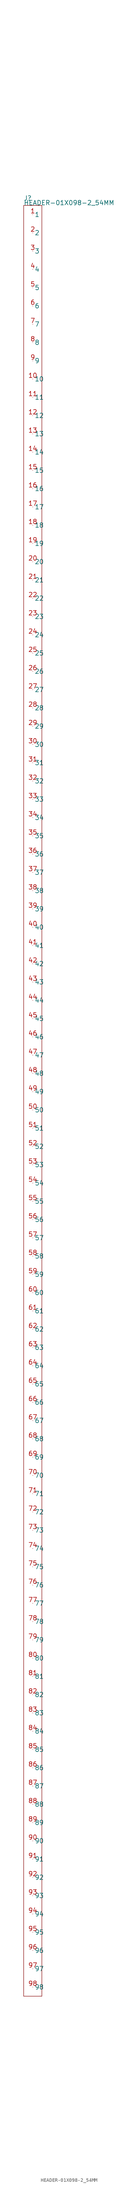
<source format=kicad_sym>
(kicad_symbol_lib
  (version 20211014)
  (generator kicad_symbol_editor)
  (symbol "HEADER-01X098-2_54MM"
    (pin_names)
    (property "Reference" "J"
      (at -2.54 250.19 0)
      (effects (font (size 1.27 1.27)) (justify left bottom)))
    (property "Value" "HEADER-01X098-2_54MM"
      (at -2.54 248.92 0)
      (effects (font (size 1.27 1.27)) (justify left bottom)))
    (property "Datasheet" ""
      (at 0 0 0))
    (property "ki_description" "Header 1x98  - Header Vertical 98POS 2.54MM Technical Specifications: Pitch: 0.1\" (2.54mm) "
      (at 0 0 0))
    (property "ki_fp_filters" "FlashPCB_Connectors:HEADER-THT-01X098-2_54MM FlashPCB_Connectors:HEADER-THT-LONG-01X098-2_54MM FlashPCB_Connectors:HEADER-THT-NOSILK-01X098-2_54MM FlashPCB_Connectors:HEADER-THT-LONG-NOSILK-01X098-2_54MM"
      (at 0 0 0))
    (symbol "HEADER-01X098-2_54MM_1_1"
      (polyline (pts (xy -2.54 248.92) (xy 2.54 248.92)) (stroke (width 0.127)) (fill (type none)))
      (polyline (pts (xy 2.54 248.92) (xy 2.54 -248.92)) (stroke (width 0.127)) (fill (type none)))
      (polyline (pts (xy 2.54 -248.92) (xy -2.54 -248.92)) (stroke (width 0.127)) (fill (type none)))
      (polyline (pts (xy -2.54 -248.92) (xy -2.54 248.92)) (stroke (width 0.127)) (fill (type none)))
      (pin bidirectional line (at 0 246.38 0) (length 0) (name "1" (effects (font (size 1.27 1.27)))) (number "1" (effects (font (size 1.27 1.27)))))
      (pin bidirectional line (at 0 241.3 0) (length 0) (name "2" (effects (font (size 1.27 1.27)))) (number "2" (effects (font (size 1.27 1.27)))))
      (pin bidirectional line (at 0 236.22 0) (length 0) (name "3" (effects (font (size 1.27 1.27)))) (number "3" (effects (font (size 1.27 1.27)))))
      (pin bidirectional line (at 0 231.14 0) (length 0) (name "4" (effects (font (size 1.27 1.27)))) (number "4" (effects (font (size 1.27 1.27)))))
      (pin bidirectional line (at 0 226.06 0) (length 0) (name "5" (effects (font (size 1.27 1.27)))) (number "5" (effects (font (size 1.27 1.27)))))
      (pin bidirectional line (at 0 220.98 0) (length 0) (name "6" (effects (font (size 1.27 1.27)))) (number "6" (effects (font (size 1.27 1.27)))))
      (pin bidirectional line (at 0 215.9 0) (length 0) (name "7" (effects (font (size 1.27 1.27)))) (number "7" (effects (font (size 1.27 1.27)))))
      (pin bidirectional line (at 0 210.82 0) (length 0) (name "8" (effects (font (size 1.27 1.27)))) (number "8" (effects (font (size 1.27 1.27)))))
      (pin bidirectional line (at 0 205.74 0) (length 0) (name "9" (effects (font (size 1.27 1.27)))) (number "9" (effects (font (size 1.27 1.27)))))
      (pin bidirectional line (at 0 200.66 0) (length 0) (name "10" (effects (font (size 1.27 1.27)))) (number "10" (effects (font (size 1.27 1.27)))))
      (pin bidirectional line (at 0 195.58 0) (length 0) (name "11" (effects (font (size 1.27 1.27)))) (number "11" (effects (font (size 1.27 1.27)))))
      (pin bidirectional line (at 0 190.5 0) (length 0) (name "12" (effects (font (size 1.27 1.27)))) (number "12" (effects (font (size 1.27 1.27)))))
      (pin bidirectional line (at 0 185.42 0) (length 0) (name "13" (effects (font (size 1.27 1.27)))) (number "13" (effects (font (size 1.27 1.27)))))
      (pin bidirectional line (at 0 180.34 0) (length 0) (name "14" (effects (font (size 1.27 1.27)))) (number "14" (effects (font (size 1.27 1.27)))))
      (pin bidirectional line (at 0 175.26 0) (length 0) (name "15" (effects (font (size 1.27 1.27)))) (number "15" (effects (font (size 1.27 1.27)))))
      (pin bidirectional line (at 0 170.18 0) (length 0) (name "16" (effects (font (size 1.27 1.27)))) (number "16" (effects (font (size 1.27 1.27)))))
      (pin bidirectional line (at 0 165.1 0) (length 0) (name "17" (effects (font (size 1.27 1.27)))) (number "17" (effects (font (size 1.27 1.27)))))
      (pin bidirectional line (at 0 160.02 0) (length 0) (name "18" (effects (font (size 1.27 1.27)))) (number "18" (effects (font (size 1.27 1.27)))))
      (pin bidirectional line (at 0 154.94 0) (length 0) (name "19" (effects (font (size 1.27 1.27)))) (number "19" (effects (font (size 1.27 1.27)))))
      (pin bidirectional line (at 0 149.86 0) (length 0) (name "20" (effects (font (size 1.27 1.27)))) (number "20" (effects (font (size 1.27 1.27)))))
      (pin bidirectional line (at 0 144.78 0) (length 0) (name "21" (effects (font (size 1.27 1.27)))) (number "21" (effects (font (size 1.27 1.27)))))
      (pin bidirectional line (at 0 139.7 0) (length 0) (name "22" (effects (font (size 1.27 1.27)))) (number "22" (effects (font (size 1.27 1.27)))))
      (pin bidirectional line (at 0 134.62 0) (length 0) (name "23" (effects (font (size 1.27 1.27)))) (number "23" (effects (font (size 1.27 1.27)))))
      (pin bidirectional line (at 0 129.54 0) (length 0) (name "24" (effects (font (size 1.27 1.27)))) (number "24" (effects (font (size 1.27 1.27)))))
      (pin bidirectional line (at 0 124.46 0) (length 0) (name "25" (effects (font (size 1.27 1.27)))) (number "25" (effects (font (size 1.27 1.27)))))
      (pin bidirectional line (at 0 119.38 0) (length 0) (name "26" (effects (font (size 1.27 1.27)))) (number "26" (effects (font (size 1.27 1.27)))))
      (pin bidirectional line (at 0 114.3 0) (length 0) (name "27" (effects (font (size 1.27 1.27)))) (number "27" (effects (font (size 1.27 1.27)))))
      (pin bidirectional line (at 0 109.22 0) (length 0) (name "28" (effects (font (size 1.27 1.27)))) (number "28" (effects (font (size 1.27 1.27)))))
      (pin bidirectional line (at 0 104.14 0) (length 0) (name "29" (effects (font (size 1.27 1.27)))) (number "29" (effects (font (size 1.27 1.27)))))
      (pin bidirectional line (at 0 99.06 0) (length 0) (name "30" (effects (font (size 1.27 1.27)))) (number "30" (effects (font (size 1.27 1.27)))))
      (pin bidirectional line (at 0 93.98 0) (length 0) (name "31" (effects (font (size 1.27 1.27)))) (number "31" (effects (font (size 1.27 1.27)))))
      (pin bidirectional line (at 0 88.9 0) (length 0) (name "32" (effects (font (size 1.27 1.27)))) (number "32" (effects (font (size 1.27 1.27)))))
      (pin bidirectional line (at 0 83.82 0) (length 0) (name "33" (effects (font (size 1.27 1.27)))) (number "33" (effects (font (size 1.27 1.27)))))
      (pin bidirectional line (at 0 78.74 0) (length 0) (name "34" (effects (font (size 1.27 1.27)))) (number "34" (effects (font (size 1.27 1.27)))))
      (pin bidirectional line (at 0 73.66 0) (length 0) (name "35" (effects (font (size 1.27 1.27)))) (number "35" (effects (font (size 1.27 1.27)))))
      (pin bidirectional line (at 0 68.58 0) (length 0) (name "36" (effects (font (size 1.27 1.27)))) (number "36" (effects (font (size 1.27 1.27)))))
      (pin bidirectional line (at 0 63.5 0) (length 0) (name "37" (effects (font (size 1.27 1.27)))) (number "37" (effects (font (size 1.27 1.27)))))
      (pin bidirectional line (at 0 58.42 0) (length 0) (name "38" (effects (font (size 1.27 1.27)))) (number "38" (effects (font (size 1.27 1.27)))))
      (pin bidirectional line (at 0 53.34 0) (length 0) (name "39" (effects (font (size 1.27 1.27)))) (number "39" (effects (font (size 1.27 1.27)))))
      (pin bidirectional line (at 0 48.26 0) (length 0) (name "40" (effects (font (size 1.27 1.27)))) (number "40" (effects (font (size 1.27 1.27)))))
      (pin bidirectional line (at 0 43.18 0) (length 0) (name "41" (effects (font (size 1.27 1.27)))) (number "41" (effects (font (size 1.27 1.27)))))
      (pin bidirectional line (at 0 38.1 0) (length 0) (name "42" (effects (font (size 1.27 1.27)))) (number "42" (effects (font (size 1.27 1.27)))))
      (pin bidirectional line (at 0 33.02 0) (length 0) (name "43" (effects (font (size 1.27 1.27)))) (number "43" (effects (font (size 1.27 1.27)))))
      (pin bidirectional line (at 0 27.94 0) (length 0) (name "44" (effects (font (size 1.27 1.27)))) (number "44" (effects (font (size 1.27 1.27)))))
      (pin bidirectional line (at 0 22.86 0) (length 0) (name "45" (effects (font (size 1.27 1.27)))) (number "45" (effects (font (size 1.27 1.27)))))
      (pin bidirectional line (at 0 17.78 0) (length 0) (name "46" (effects (font (size 1.27 1.27)))) (number "46" (effects (font (size 1.27 1.27)))))
      (pin bidirectional line (at 0 12.7 0) (length 0) (name "47" (effects (font (size 1.27 1.27)))) (number "47" (effects (font (size 1.27 1.27)))))
      (pin bidirectional line (at 0 7.62 0) (length 0) (name "48" (effects (font (size 1.27 1.27)))) (number "48" (effects (font (size 1.27 1.27)))))
      (pin bidirectional line (at 0 2.54 0) (length 0) (name "49" (effects (font (size 1.27 1.27)))) (number "49" (effects (font (size 1.27 1.27)))))
      (pin bidirectional line (at 0 -2.54 0) (length 0) (name "50" (effects (font (size 1.27 1.27)))) (number "50" (effects (font (size 1.27 1.27)))))
      (pin bidirectional line (at 0 -7.62 0) (length 0) (name "51" (effects (font (size 1.27 1.27)))) (number "51" (effects (font (size 1.27 1.27)))))
      (pin bidirectional line (at 0 -12.7 0) (length 0) (name "52" (effects (font (size 1.27 1.27)))) (number "52" (effects (font (size 1.27 1.27)))))
      (pin bidirectional line (at 0 -17.78 0) (length 0) (name "53" (effects (font (size 1.27 1.27)))) (number "53" (effects (font (size 1.27 1.27)))))
      (pin bidirectional line (at 0 -22.86 0) (length 0) (name "54" (effects (font (size 1.27 1.27)))) (number "54" (effects (font (size 1.27 1.27)))))
      (pin bidirectional line (at 0 -27.94 0) (length 0) (name "55" (effects (font (size 1.27 1.27)))) (number "55" (effects (font (size 1.27 1.27)))))
      (pin bidirectional line (at 0 -33.02 0) (length 0) (name "56" (effects (font (size 1.27 1.27)))) (number "56" (effects (font (size 1.27 1.27)))))
      (pin bidirectional line (at 0 -38.1 0) (length 0) (name "57" (effects (font (size 1.27 1.27)))) (number "57" (effects (font (size 1.27 1.27)))))
      (pin bidirectional line (at 0 -43.18 0) (length 0) (name "58" (effects (font (size 1.27 1.27)))) (number "58" (effects (font (size 1.27 1.27)))))
      (pin bidirectional line (at 0 -48.26 0) (length 0) (name "59" (effects (font (size 1.27 1.27)))) (number "59" (effects (font (size 1.27 1.27)))))
      (pin bidirectional line (at 0 -53.34 0) (length 0) (name "60" (effects (font (size 1.27 1.27)))) (number "60" (effects (font (size 1.27 1.27)))))
      (pin bidirectional line (at 0 -58.42 0) (length 0) (name "61" (effects (font (size 1.27 1.27)))) (number "61" (effects (font (size 1.27 1.27)))))
      (pin bidirectional line (at 0 -63.5 0) (length 0) (name "62" (effects (font (size 1.27 1.27)))) (number "62" (effects (font (size 1.27 1.27)))))
      (pin bidirectional line (at 0 -68.58 0) (length 0) (name "63" (effects (font (size 1.27 1.27)))) (number "63" (effects (font (size 1.27 1.27)))))
      (pin bidirectional line (at 0 -73.66 0) (length 0) (name "64" (effects (font (size 1.27 1.27)))) (number "64" (effects (font (size 1.27 1.27)))))
      (pin bidirectional line (at 0 -78.74 0) (length 0) (name "65" (effects (font (size 1.27 1.27)))) (number "65" (effects (font (size 1.27 1.27)))))
      (pin bidirectional line (at 0 -83.82 0) (length 0) (name "66" (effects (font (size 1.27 1.27)))) (number "66" (effects (font (size 1.27 1.27)))))
      (pin bidirectional line (at 0 -88.9 0) (length 0) (name "67" (effects (font (size 1.27 1.27)))) (number "67" (effects (font (size 1.27 1.27)))))
      (pin bidirectional line (at 0 -93.98 0) (length 0) (name "68" (effects (font (size 1.27 1.27)))) (number "68" (effects (font (size 1.27 1.27)))))
      (pin bidirectional line (at 0 -99.06 0) (length 0) (name "69" (effects (font (size 1.27 1.27)))) (number "69" (effects (font (size 1.27 1.27)))))
      (pin bidirectional line (at 0 -104.14 0) (length 0) (name "70" (effects (font (size 1.27 1.27)))) (number "70" (effects (font (size 1.27 1.27)))))
      (pin bidirectional line (at 0 -109.22 0) (length 0) (name "71" (effects (font (size 1.27 1.27)))) (number "71" (effects (font (size 1.27 1.27)))))
      (pin bidirectional line (at 0 -114.3 0) (length 0) (name "72" (effects (font (size 1.27 1.27)))) (number "72" (effects (font (size 1.27 1.27)))))
      (pin bidirectional line (at 0 -119.38 0) (length 0) (name "73" (effects (font (size 1.27 1.27)))) (number "73" (effects (font (size 1.27 1.27)))))
      (pin bidirectional line (at 0 -124.46 0) (length 0) (name "74" (effects (font (size 1.27 1.27)))) (number "74" (effects (font (size 1.27 1.27)))))
      (pin bidirectional line (at 0 -129.54 0) (length 0) (name "75" (effects (font (size 1.27 1.27)))) (number "75" (effects (font (size 1.27 1.27)))))
      (pin bidirectional line (at 0 -134.62 0) (length 0) (name "76" (effects (font (size 1.27 1.27)))) (number "76" (effects (font (size 1.27 1.27)))))
      (pin bidirectional line (at 0 -139.7 0) (length 0) (name "77" (effects (font (size 1.27 1.27)))) (number "77" (effects (font (size 1.27 1.27)))))
      (pin bidirectional line (at 0 -144.78 0) (length 0) (name "78" (effects (font (size 1.27 1.27)))) (number "78" (effects (font (size 1.27 1.27)))))
      (pin bidirectional line (at 0 -149.86 0) (length 0) (name "79" (effects (font (size 1.27 1.27)))) (number "79" (effects (font (size 1.27 1.27)))))
      (pin bidirectional line (at 0 -154.94 0) (length 0) (name "80" (effects (font (size 1.27 1.27)))) (number "80" (effects (font (size 1.27 1.27)))))
      (pin bidirectional line (at 0 -160.02 0) (length 0) (name "81" (effects (font (size 1.27 1.27)))) (number "81" (effects (font (size 1.27 1.27)))))
      (pin bidirectional line (at 0 -165.1 0) (length 0) (name "82" (effects (font (size 1.27 1.27)))) (number "82" (effects (font (size 1.27 1.27)))))
      (pin bidirectional line (at 0 -170.18 0) (length 0) (name "83" (effects (font (size 1.27 1.27)))) (number "83" (effects (font (size 1.27 1.27)))))
      (pin bidirectional line (at 0 -175.26 0) (length 0) (name "84" (effects (font (size 1.27 1.27)))) (number "84" (effects (font (size 1.27 1.27)))))
      (pin bidirectional line (at 0 -180.34 0) (length 0) (name "85" (effects (font (size 1.27 1.27)))) (number "85" (effects (font (size 1.27 1.27)))))
      (pin bidirectional line (at 0 -185.42 0) (length 0) (name "86" (effects (font (size 1.27 1.27)))) (number "86" (effects (font (size 1.27 1.27)))))
      (pin bidirectional line (at 0 -190.5 0) (length 0) (name "87" (effects (font (size 1.27 1.27)))) (number "87" (effects (font (size 1.27 1.27)))))
      (pin bidirectional line (at 0 -195.58 0) (length 0) (name "88" (effects (font (size 1.27 1.27)))) (number "88" (effects (font (size 1.27 1.27)))))
      (pin bidirectional line (at 0 -200.66 0) (length 0) (name "89" (effects (font (size 1.27 1.27)))) (number "89" (effects (font (size 1.27 1.27)))))
      (pin bidirectional line (at 0 -205.74 0) (length 0) (name "90" (effects (font (size 1.27 1.27)))) (number "90" (effects (font (size 1.27 1.27)))))
      (pin bidirectional line (at 0 -210.82 0) (length 0) (name "91" (effects (font (size 1.27 1.27)))) (number "91" (effects (font (size 1.27 1.27)))))
      (pin bidirectional line (at 0 -215.9 0) (length 0) (name "92" (effects (font (size 1.27 1.27)))) (number "92" (effects (font (size 1.27 1.27)))))
      (pin bidirectional line (at 0 -220.98 0) (length 0) (name "93" (effects (font (size 1.27 1.27)))) (number "93" (effects (font (size 1.27 1.27)))))
      (pin bidirectional line (at 0 -226.06 0) (length 0) (name "94" (effects (font (size 1.27 1.27)))) (number "94" (effects (font (size 1.27 1.27)))))
      (pin bidirectional line (at 0 -231.14 0) (length 0) (name "95" (effects (font (size 1.27 1.27)))) (number "95" (effects (font (size 1.27 1.27)))))
      (pin bidirectional line (at 0 -236.22 0) (length 0) (name "96" (effects (font (size 1.27 1.27)))) (number "96" (effects (font (size 1.27 1.27)))))
      (pin bidirectional line (at 0 -241.3 0) (length 0) (name "97" (effects (font (size 1.27 1.27)))) (number "97" (effects (font (size 1.27 1.27)))))
      (pin bidirectional line (at 0 -246.38 0) (length 0) (name "98" (effects (font (size 1.27 1.27)))) (number "98" (effects (font (size 1.27 1.27))))))))
</source>
